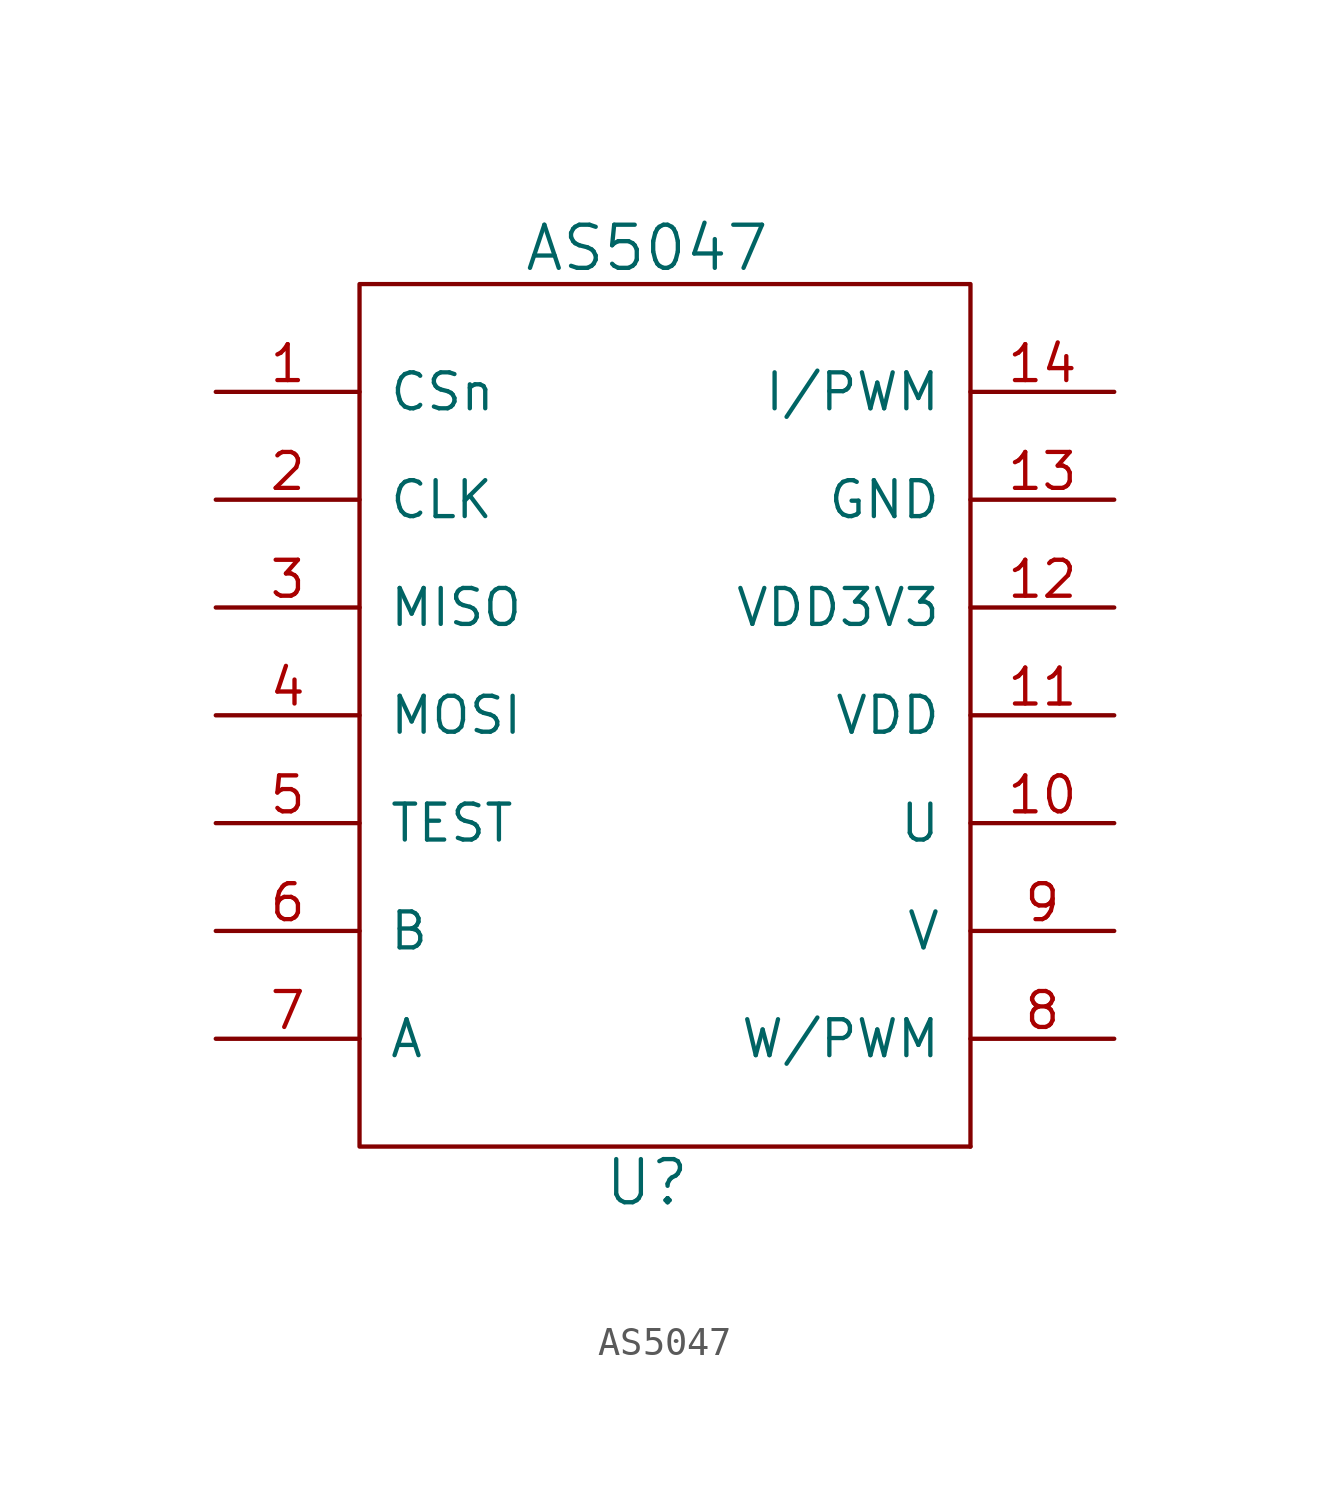
<source format=kicad_sym>
(kicad_symbol_lib
  (version 20220914)
  (generator kicad_symbol_editor)
  (symbol "AS5047"
    (pin_names
      (offset 1.016))
    (property "Reference" "U"
      (at 0 -16.51 0)
      (effects (font (size 1.524 1.524))))
    (property "Value" "AS5047"
      (at 0 16.51 0)
      (effects (font (size 1.524 1.524))))
    (symbol "AS5047_0_1"
      (rectangle (start -10.16 15.24) (end 11.43 -15.24) (stroke (width 0) (type solid)) (fill (type none)))
      (rectangle (start 11.43 -15.24) (end 11.43 -15.24) (stroke (width 0) (type solid)) (fill (type none))))
    (symbol "AS5047_1_1"
      (pin input line (at -15.24 11.43 0) (length 5.08) (name "CSn" (effects (font (size 1.27 1.27)))) (number "1" (effects (font (size 1.27 1.27)))))
      (pin output line (at 16.51 -3.81 180) (length 5.08) (name "U" (effects (font (size 1.27 1.27)))) (number "10" (effects (font (size 1.27 1.27)))))
      (pin passive line (at 16.51 0 180) (length 5.08) (name "VDD" (effects (font (size 1.27 1.27)))) (number "11" (effects (font (size 1.27 1.27)))))
      (pin passive line (at 16.51 3.81 180) (length 5.08) (name "VDD3V3" (effects (font (size 1.27 1.27)))) (number "12" (effects (font (size 1.27 1.27)))))
      (pin passive line (at 16.51 7.62 180) (length 5.08) (name "GND" (effects (font (size 1.27 1.27)))) (number "13" (effects (font (size 1.27 1.27)))))
      (pin output line (at 16.51 11.43 180) (length 5.08) (name "I/PWM" (effects (font (size 1.27 1.27)))) (number "14" (effects (font (size 1.27 1.27)))))
      (pin input line (at -15.24 7.62 0) (length 5.08) (name "CLK" (effects (font (size 1.27 1.27)))) (number "2" (effects (font (size 1.27 1.27)))))
      (pin output line (at -15.24 3.81 0) (length 5.08) (name "MISO" (effects (font (size 1.27 1.27)))) (number "3" (effects (font (size 1.27 1.27)))))
      (pin input line (at -15.24 0 0) (length 5.08) (name "MOSI" (effects (font (size 1.27 1.27)))) (number "4" (effects (font (size 1.27 1.27)))))
      (pin input line (at -15.24 -3.81 0) (length 5.08) (name "TEST" (effects (font (size 1.27 1.27)))) (number "5" (effects (font (size 1.27 1.27)))))
      (pin output line (at -15.24 -7.62 0) (length 5.08) (name "B" (effects (font (size 1.27 1.27)))) (number "6" (effects (font (size 1.27 1.27)))))
      (pin output line (at -15.24 -11.43 0) (length 5.08) (name "A" (effects (font (size 1.27 1.27)))) (number "7" (effects (font (size 1.27 1.27)))))
      (pin output line (at 16.51 -11.43 180) (length 5.08) (name "W/PWM" (effects (font (size 1.27 1.27)))) (number "8" (effects (font (size 1.27 1.27)))))
      (pin output line (at 16.51 -7.62 180) (length 5.08) (name "V" (effects (font (size 1.27 1.27)))) (number "9" (effects (font (size 1.27 1.27))))))))
</source>
